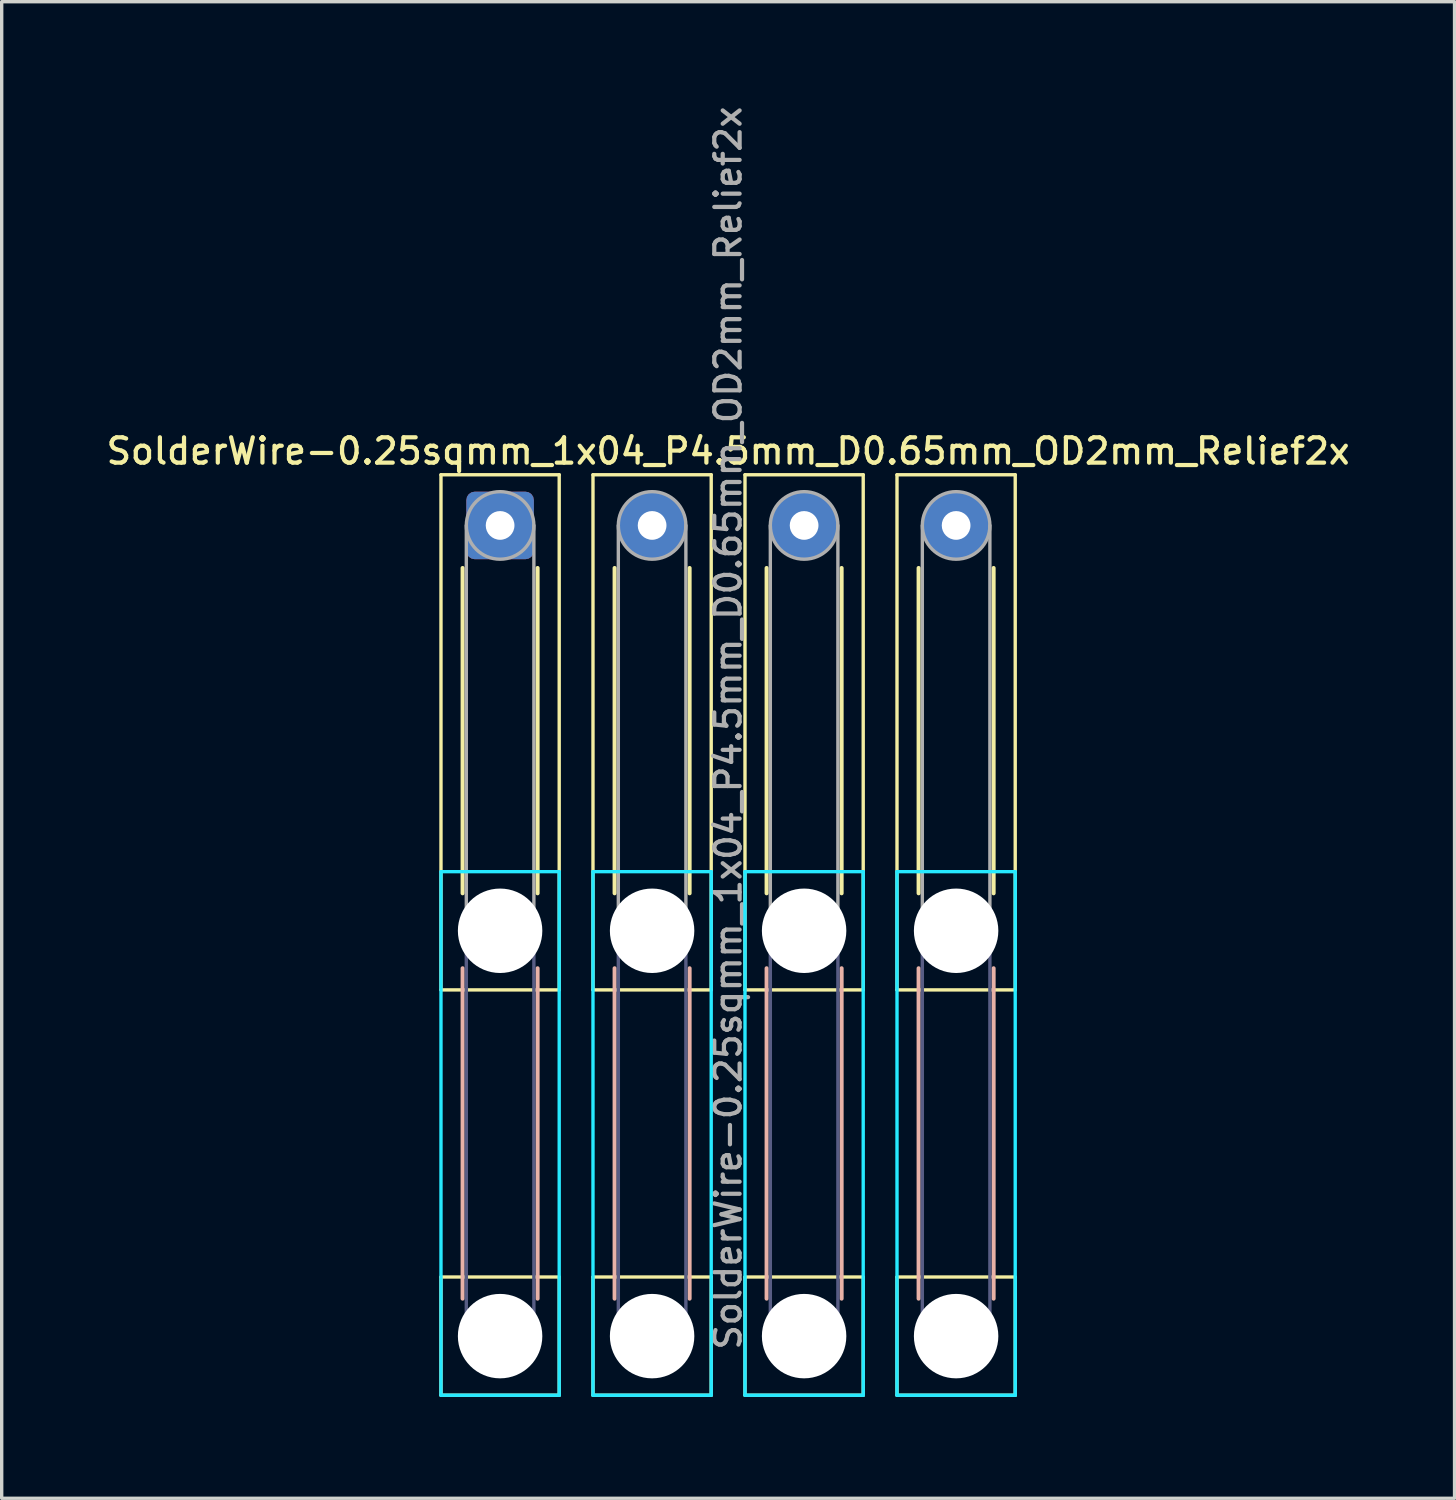
<source format=kicad_pcb>
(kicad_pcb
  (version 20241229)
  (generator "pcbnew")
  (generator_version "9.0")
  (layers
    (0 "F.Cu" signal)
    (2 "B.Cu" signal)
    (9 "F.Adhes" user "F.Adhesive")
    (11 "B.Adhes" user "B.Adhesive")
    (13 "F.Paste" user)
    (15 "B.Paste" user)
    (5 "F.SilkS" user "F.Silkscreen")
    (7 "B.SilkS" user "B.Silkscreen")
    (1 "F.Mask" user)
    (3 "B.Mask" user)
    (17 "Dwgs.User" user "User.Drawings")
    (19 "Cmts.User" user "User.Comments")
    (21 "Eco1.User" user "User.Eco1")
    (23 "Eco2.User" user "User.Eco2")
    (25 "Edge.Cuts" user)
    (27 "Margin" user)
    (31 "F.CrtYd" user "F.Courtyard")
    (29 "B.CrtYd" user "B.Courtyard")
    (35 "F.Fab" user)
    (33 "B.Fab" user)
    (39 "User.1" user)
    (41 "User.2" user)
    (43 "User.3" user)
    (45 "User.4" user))
  (footprint "SolderWire-0.25sqmm_1x04_P4.5mm_D0.65mm_OD2mm_Relief2x"
    (layer "F.Cu")
    (at 11.755 12.505)
    (property "Reference" "SolderWire-0.25sqmm_1x04_P4.5mm_D0.65mm_OD2mm_Relief2x" (at 6.75 -2.2 0) (layer "F.SilkS") (effects (font (size 0.75 0.75) (thickness 0.125))))
    (attr exclude_from_pos_files exclude_from_bom)
    (fp_line (start -1.75 -1.5) (end -1.75 13.75) (stroke (width 0.1) (type solid)) (layer "F.SilkS"))
    (fp_line (start -1.75 13.75) (end 1.75 13.75) (stroke (width 0.1) (type solid)) (layer "F.SilkS"))
    (fp_line (start -1.75 22.25) (end -1.75 25.75) (stroke (width 0.1) (type solid)) (layer "F.SilkS"))
    (fp_line (start -1.75 25.75) (end 1.75 25.75) (stroke (width 0.1) (type solid)) (layer "F.SilkS"))
    (fp_line (start -1.11 1.26) (end -1.11 10.89) (stroke (width 0.12) (type solid)) (layer "F.SilkS"))
    (fp_line (start 1.11 1.26) (end 1.11 10.89) (stroke (width 0.12) (type solid)) (layer "F.SilkS"))
    (fp_line (start 1.75 -1.5) (end -1.75 -1.5) (stroke (width 0.1) (type solid)) (layer "F.SilkS"))
    (fp_line (start 1.75 13.75) (end 1.75 -1.5) (stroke (width 0.1) (type solid)) (layer "F.SilkS"))
    (fp_line (start 1.75 22.25) (end -1.75 22.25) (stroke (width 0.1) (type solid)) (layer "F.SilkS"))
    (fp_line (start 1.75 25.75) (end 1.75 22.25) (stroke (width 0.1) (type solid)) (layer "F.SilkS"))
    (fp_line (start 2.75 -1.5) (end 2.75 13.75) (stroke (width 0.1) (type solid)) (layer "F.SilkS"))
    (fp_line (start 2.75 13.75) (end 6.25 13.75) (stroke (width 0.1) (type solid)) (layer "F.SilkS"))
    (fp_line (start 2.75 22.25) (end 2.75 25.75) (stroke (width 0.1) (type solid)) (layer "F.SilkS"))
    (fp_line (start 2.75 25.75) (end 6.25 25.75) (stroke (width 0.1) (type solid)) (layer "F.SilkS"))
    (fp_line (start 3.39 1.26) (end 3.39 10.89) (stroke (width 0.12) (type solid)) (layer "F.SilkS"))
    (fp_line (start 5.61 1.26) (end 5.61 10.89) (stroke (width 0.12) (type solid)) (layer "F.SilkS"))
    (fp_line (start 6.25 -1.5) (end 2.75 -1.5) (stroke (width 0.1) (type solid)) (layer "F.SilkS"))
    (fp_line (start 6.25 13.75) (end 6.25 -1.5) (stroke (width 0.1) (type solid)) (layer "F.SilkS"))
    (fp_line (start 6.25 22.25) (end 2.75 22.25) (stroke (width 0.1) (type solid)) (layer "F.SilkS"))
    (fp_line (start 6.25 25.75) (end 6.25 22.25) (stroke (width 0.1) (type solid)) (layer "F.SilkS"))
    (fp_line (start 7.25 -1.5) (end 7.25 13.75) (stroke (width 0.1) (type solid)) (layer "F.SilkS"))
    (fp_line (start 7.25 13.75) (end 10.75 13.75) (stroke (width 0.1) (type solid)) (layer "F.SilkS"))
    (fp_line (start 7.25 22.25) (end 7.25 25.75) (stroke (width 0.1) (type solid)) (layer "F.SilkS"))
    (fp_line (start 7.25 25.75) (end 10.75 25.75) (stroke (width 0.1) (type solid)) (layer "F.SilkS"))
    (fp_line (start 7.89 1.26) (end 7.89 10.89) (stroke (width 0.12) (type solid)) (layer "F.SilkS"))
    (fp_line (start 10.11 1.26) (end 10.11 10.89) (stroke (width 0.12) (type solid)) (layer "F.SilkS"))
    (fp_line (start 10.75 -1.5) (end 7.25 -1.5) (stroke (width 0.1) (type solid)) (layer "F.SilkS"))
    (fp_line (start 10.75 13.75) (end 10.75 -1.5) (stroke (width 0.1) (type solid)) (layer "F.SilkS"))
    (fp_line (start 10.75 22.25) (end 7.25 22.25) (stroke (width 0.1) (type solid)) (layer "F.SilkS"))
    (fp_line (start 10.75 25.75) (end 10.75 22.25) (stroke (width 0.1) (type solid)) (layer "F.SilkS"))
    (fp_line (start 11.75 -1.5) (end 11.75 13.75) (stroke (width 0.1) (type solid)) (layer "F.SilkS"))
    (fp_line (start 11.75 13.75) (end 15.25 13.75) (stroke (width 0.1) (type solid)) (layer "F.SilkS"))
    (fp_line (start 11.75 22.25) (end 11.75 25.75) (stroke (width 0.1) (type solid)) (layer "F.SilkS"))
    (fp_line (start 11.75 25.75) (end 15.25 25.75) (stroke (width 0.1) (type solid)) (layer "F.SilkS"))
    (fp_line (start 12.39 1.26) (end 12.39 10.89) (stroke (width 0.12) (type solid)) (layer "F.SilkS"))
    (fp_line (start 14.61 1.26) (end 14.61 10.89) (stroke (width 0.12) (type solid)) (layer "F.SilkS"))
    (fp_line (start 15.25 -1.5) (end 11.75 -1.5) (stroke (width 0.1) (type solid)) (layer "F.SilkS"))
    (fp_line (start 15.25 13.75) (end 15.25 -1.5) (stroke (width 0.1) (type solid)) (layer "F.SilkS"))
    (fp_line (start 15.25 22.25) (end 11.75 22.25) (stroke (width 0.1) (type solid)) (layer "F.SilkS"))
    (fp_line (start 15.25 25.75) (end 15.25 22.25) (stroke (width 0.1) (type solid)) (layer "F.SilkS"))
    (fp_line (start -1.11 13.11) (end -1.11 22.89) (stroke (width 0.12) (type solid)) (layer "B.SilkS"))
    (fp_line (start 1.11 13.11) (end 1.11 22.89) (stroke (width 0.12) (type solid)) (layer "B.SilkS"))
    (fp_line (start 3.39 13.11) (end 3.39 22.89) (stroke (width 0.12) (type solid)) (layer "B.SilkS"))
    (fp_line (start 5.61 13.11) (end 5.61 22.89) (stroke (width 0.12) (type solid)) (layer "B.SilkS"))
    (fp_line (start 7.89 13.11) (end 7.89 22.89) (stroke (width 0.12) (type solid)) (layer "B.SilkS"))
    (fp_line (start 10.11 13.11) (end 10.11 22.89) (stroke (width 0.12) (type solid)) (layer "B.SilkS"))
    (fp_line (start 12.39 13.11) (end 12.39 22.89) (stroke (width 0.12) (type solid)) (layer "B.SilkS"))
    (fp_line (start 14.61 13.11) (end 14.61 22.89) (stroke (width 0.12) (type solid)) (layer "B.SilkS"))
    (fp_line (start -1.75 10.25) (end -1.75 25.75) (stroke (width 0.1) (type solid)) (layer "B.CrtYd"))
    (fp_line (start -1.75 25.75) (end 1.75 25.75) (stroke (width 0.1) (type solid)) (layer "B.CrtYd"))
    (fp_line (start 1.75 10.25) (end -1.75 10.25) (stroke (width 0.1) (type solid)) (layer "B.CrtYd"))
    (fp_line (start 1.75 25.75) (end 1.75 10.25) (stroke (width 0.1) (type solid)) (layer "B.CrtYd"))
    (fp_line (start 2.75 10.25) (end 2.75 25.75) (stroke (width 0.1) (type solid)) (layer "B.CrtYd"))
    (fp_line (start 2.75 25.75) (end 6.25 25.75) (stroke (width 0.1) (type solid)) (layer "B.CrtYd"))
    (fp_line (start 6.25 10.25) (end 2.75 10.25) (stroke (width 0.1) (type solid)) (layer "B.CrtYd"))
    (fp_line (start 6.25 25.75) (end 6.25 10.25) (stroke (width 0.1) (type solid)) (layer "B.CrtYd"))
    (fp_line (start 7.25 10.25) (end 7.25 25.75) (stroke (width 0.1) (type solid)) (layer "B.CrtYd"))
    (fp_line (start 7.25 25.75) (end 10.75 25.75) (stroke (width 0.1) (type solid)) (layer "B.CrtYd"))
    (fp_line (start 10.75 10.25) (end 7.25 10.25) (stroke (width 0.1) (type solid)) (layer "B.CrtYd"))
    (fp_line (start 10.75 25.75) (end 10.75 10.25) (stroke (width 0.1) (type solid)) (layer "B.CrtYd"))
    (fp_line (start 11.75 10.25) (end 11.75 25.75) (stroke (width 0.1) (type solid)) (layer "B.CrtYd"))
    (fp_line (start 11.75 25.75) (end 15.25 25.75) (stroke (width 0.1) (type solid)) (layer "B.CrtYd"))
    (fp_line (start 15.25 10.25) (end 11.75 10.25) (stroke (width 0.1) (type solid)) (layer "B.CrtYd"))
    (fp_line (start 15.25 25.75) (end 15.25 10.25) (stroke (width 0.1) (type solid)) (layer "B.CrtYd"))
    (fp_line (start -1 12) (end -1 24) (stroke (width 0.1) (type solid)) (layer "B.Fab"))
    (fp_line (start 1 12) (end 1 24) (stroke (width 0.1) (type solid)) (layer "B.Fab"))
    (fp_line (start 3.5 12) (end 3.5 24) (stroke (width 0.1) (type solid)) (layer "B.Fab"))
    (fp_line (start 5.5 12) (end 5.5 24) (stroke (width 0.1) (type solid)) (layer "B.Fab"))
    (fp_line (start 8 12) (end 8 24) (stroke (width 0.1) (type solid)) (layer "B.Fab"))
    (fp_line (start 10 12) (end 10 24) (stroke (width 0.1) (type solid)) (layer "B.Fab"))
    (fp_line (start 12.5 12) (end 12.5 24) (stroke (width 0.1) (type solid)) (layer "B.Fab"))
    (fp_line (start 14.5 12) (end 14.5 24) (stroke (width 0.1) (type solid)) (layer "B.Fab"))
    (fp_circle (center 0 12) (end 1 12) (stroke (width 0.1) (type solid)) (fill no) (layer "B.Fab"))
    (fp_circle (center 0 24) (end 1 24) (stroke (width 0.1) (type solid)) (fill no) (layer "B.Fab"))
    (fp_circle (center 4.5 12) (end 5.5 12) (stroke (width 0.1) (type solid)) (fill no) (layer "B.Fab"))
    (fp_circle (center 4.5 24) (end 5.5 24) (stroke (width 0.1) (type solid)) (fill no) (layer "B.Fab"))
    (fp_circle (center 9 12) (end 10 12) (stroke (width 0.1) (type solid)) (fill no) (layer "B.Fab"))
    (fp_circle (center 9 24) (end 10 24) (stroke (width 0.1) (type solid)) (fill no) (layer "B.Fab"))
    (fp_circle (center 13.5 12) (end 14.5 12) (stroke (width 0.1) (type solid)) (fill no) (layer "B.Fab"))
    (fp_circle (center 13.5 24) (end 14.5 24) (stroke (width 0.1) (type solid)) (fill no) (layer "B.Fab"))
    (fp_line (start -1 0) (end -1 12) (stroke (width 0.1) (type solid)) (layer "F.Fab"))
    (fp_line (start 1 0) (end 1 12) (stroke (width 0.1) (type solid)) (layer "F.Fab"))
    (fp_line (start 3.5 0) (end 3.5 12) (stroke (width 0.1) (type solid)) (layer "F.Fab"))
    (fp_line (start 5.5 0) (end 5.5 12) (stroke (width 0.1) (type solid)) (layer "F.Fab"))
    (fp_line (start 8 0) (end 8 12) (stroke (width 0.1) (type solid)) (layer "F.Fab"))
    (fp_line (start 10 0) (end 10 12) (stroke (width 0.1) (type solid)) (layer "F.Fab"))
    (fp_line (start 12.5 0) (end 12.5 12) (stroke (width 0.1) (type solid)) (layer "F.Fab"))
    (fp_line (start 14.5 0) (end 14.5 12) (stroke (width 0.1) (type solid)) (layer "F.Fab"))
    (fp_circle (center 0 0) (end 1 0) (stroke (width 0.1) (type solid)) (fill no) (layer "F.Fab"))
    (fp_circle (center 0 12) (end 1 12) (stroke (width 0.1) (type solid)) (fill no) (layer "F.Fab"))
    (fp_circle (center 0 24) (end 1 24) (stroke (width 0.1) (type solid)) (fill no) (layer "F.Fab"))
    (fp_circle (center 4.5 0) (end 5.5 0) (stroke (width 0.1) (type solid)) (fill no) (layer "F.Fab"))
    (fp_circle (center 4.5 12) (end 5.5 12) (stroke (width 0.1) (type solid)) (fill no) (layer "F.Fab"))
    (fp_circle (center 4.5 24) (end 5.5 24) (stroke (width 0.1) (type solid)) (fill no) (layer "F.Fab"))
    (fp_circle (center 9 0) (end 10 0) (stroke (width 0.1) (type solid)) (fill no) (layer "F.Fab"))
    (fp_circle (center 9 12) (end 10 12) (stroke (width 0.1) (type solid)) (fill no) (layer "F.Fab"))
    (fp_circle (center 9 24) (end 10 24) (stroke (width 0.1) (type solid)) (fill no) (layer "F.Fab"))
    (fp_circle (center 13.5 0) (end 14.5 0) (stroke (width 0.1) (type solid)) (fill no) (layer "F.Fab"))
    (fp_circle (center 13.5 12) (end 14.5 12) (stroke (width 0.1) (type solid)) (fill no) (layer "F.Fab"))
    (fp_circle (center 13.5 24) (end 14.5 24) (stroke (width 0.1) (type solid)) (fill no) (layer "F.Fab"))
    (fp_text user "${REFERENCE}" (at 6.75 6 90) (layer "F.Fab") (effects (font (size 0.75 0.75) (thickness 0.125))))
    (pad "" np_thru_hole circle (at 0 12) (size 2.5 2.5) (drill 2.5) (layers "*.Cu" "*.Mask"))
    (pad "" np_thru_hole circle (at 0 24) (size 2.5 2.5) (drill 2.5) (layers "*.Cu" "*.Mask"))
    (pad "" np_thru_hole circle (at 4.5 12) (size 2.5 2.5) (drill 2.5) (layers "*.Cu" "*.Mask"))
    (pad "" np_thru_hole circle (at 4.5 24) (size 2.5 2.5) (drill 2.5) (layers "*.Cu" "*.Mask"))
    (pad "" np_thru_hole circle (at 9 12) (size 2.5 2.5) (drill 2.5) (layers "*.Cu" "*.Mask"))
    (pad "" np_thru_hole circle (at 9 24) (size 2.5 2.5) (drill 2.5) (layers "*.Cu" "*.Mask"))
    (pad "" np_thru_hole circle (at 13.5 12) (size 2.5 2.5) (drill 2.5) (layers "*.Cu" "*.Mask"))
    (pad "" np_thru_hole circle (at 13.5 24) (size 2.5 2.5) (drill 2.5) (layers "*.Cu" "*.Mask"))
    (pad "1" thru_hole roundrect (at 0 0) (size 2 2) (drill 0.85) (layers "*.Cu" "*.Mask") (roundrect_rratio 0.125))
    (pad "2" thru_hole circle (at 4.5 0) (size 2 2) (drill 0.85) (layers "*.Cu" "*.Mask"))
    (pad "3" thru_hole circle (at 9 0) (size 2 2) (drill 0.85) (layers "*.Cu" "*.Mask"))
    (pad "4" thru_hole circle (at 13.5 0) (size 2 2) (drill 0.85) (layers "*.Cu" "*.Mask")))
  (gr_rect
    (start -3 -3)
    (end 40.011 41.305)
    (stroke (width 0.1) (type default))
    (fill no)
    (layer "Edge.Cuts")))
</source>
